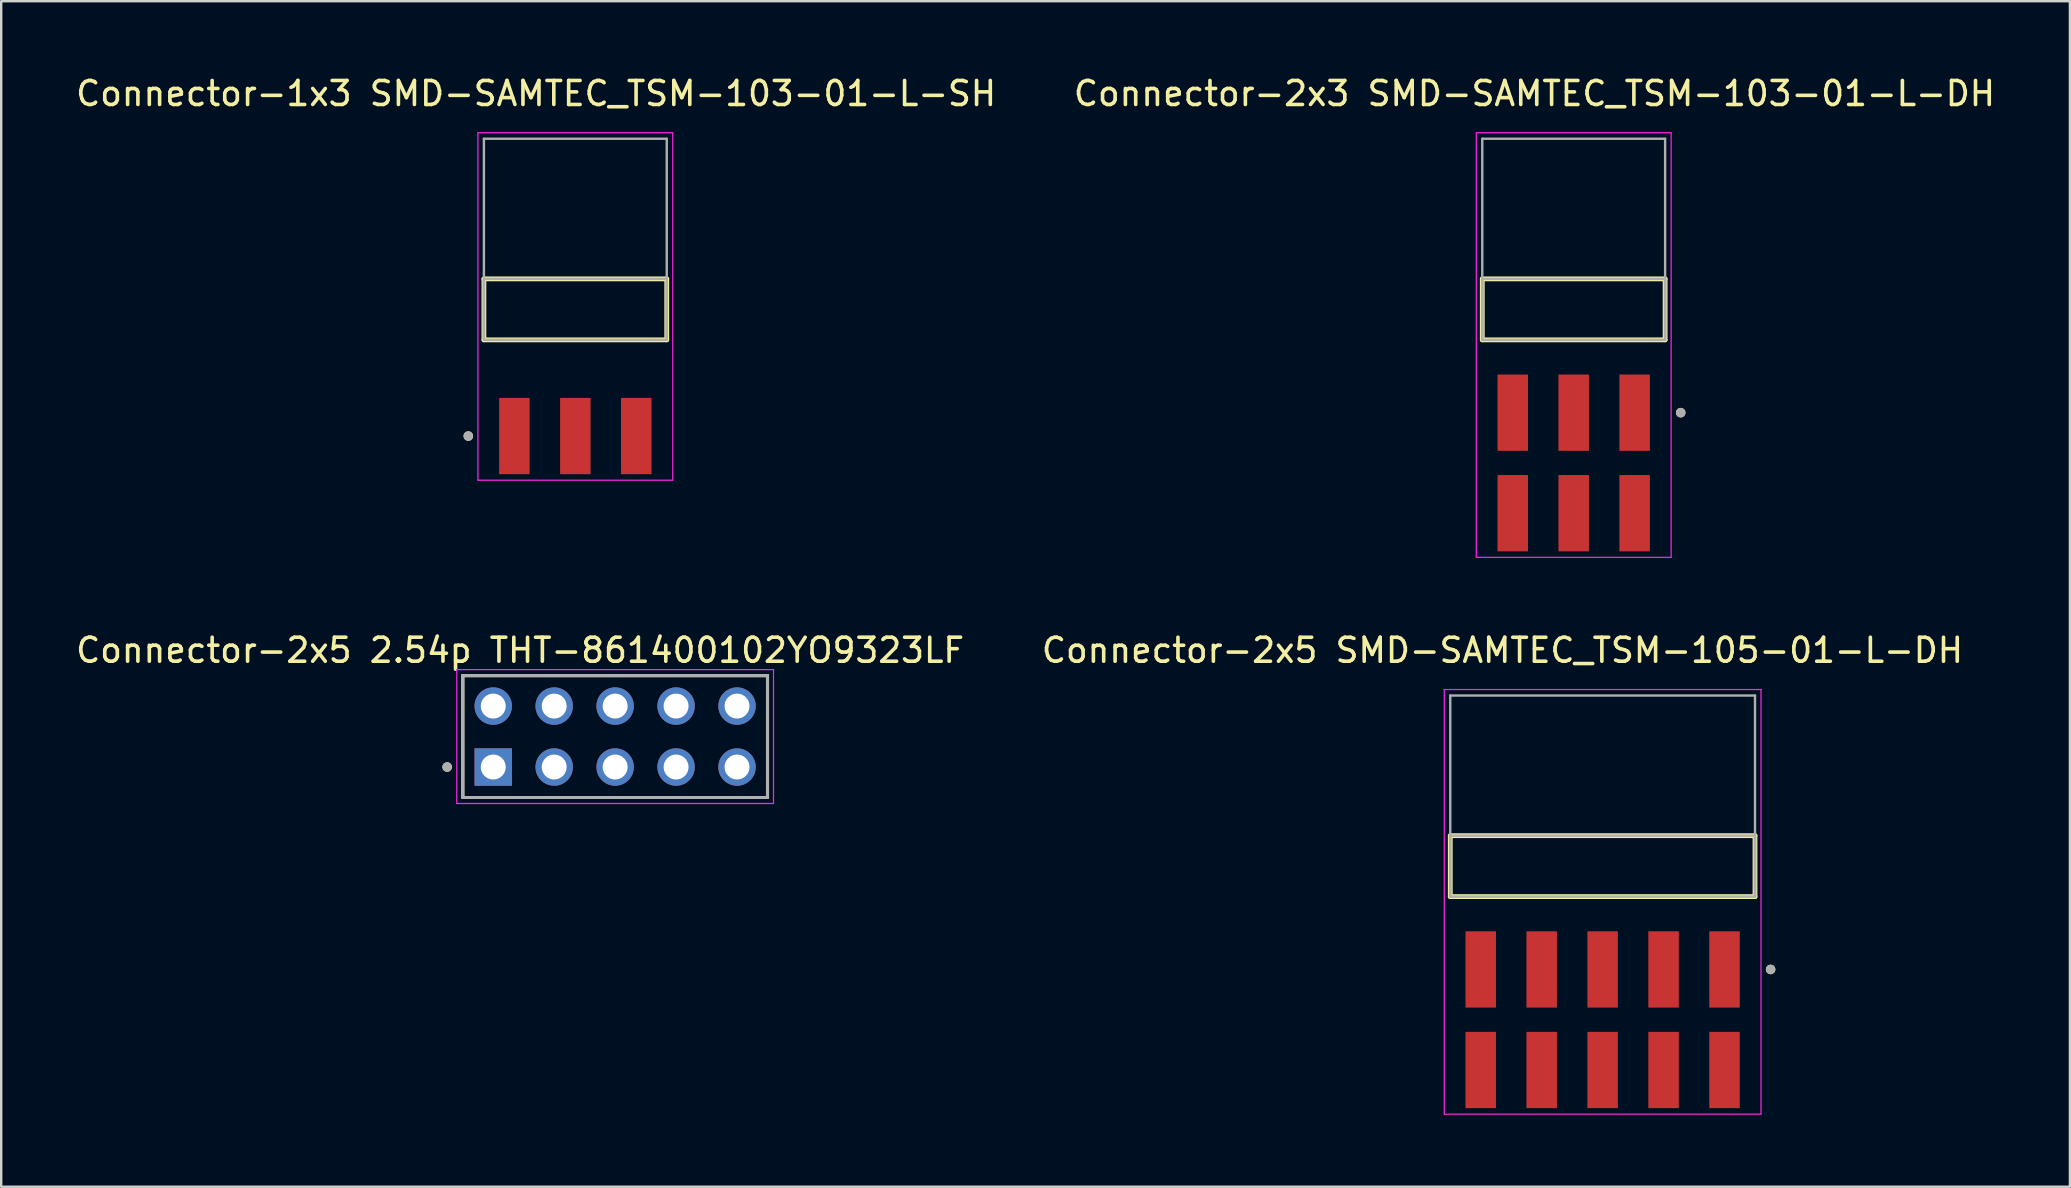
<source format=kicad_pcb>
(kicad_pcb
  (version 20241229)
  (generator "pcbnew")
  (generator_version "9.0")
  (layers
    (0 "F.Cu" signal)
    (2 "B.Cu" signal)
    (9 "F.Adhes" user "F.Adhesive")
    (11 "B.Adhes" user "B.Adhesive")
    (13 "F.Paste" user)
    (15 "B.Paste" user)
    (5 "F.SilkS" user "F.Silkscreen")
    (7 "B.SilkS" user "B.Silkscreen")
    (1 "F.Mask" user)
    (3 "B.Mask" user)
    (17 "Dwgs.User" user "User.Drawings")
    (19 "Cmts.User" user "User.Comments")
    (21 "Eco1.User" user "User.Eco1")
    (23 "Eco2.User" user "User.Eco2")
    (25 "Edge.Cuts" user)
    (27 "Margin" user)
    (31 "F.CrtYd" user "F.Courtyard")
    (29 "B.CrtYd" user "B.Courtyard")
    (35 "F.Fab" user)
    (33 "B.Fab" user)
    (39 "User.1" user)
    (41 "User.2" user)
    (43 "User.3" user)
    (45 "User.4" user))
  (footprint "Connector-1x3 SMD-SAMTEC_TSM-103-01-L-SH"
    (layer "F.Cu")
    (at 20.927 9.843)
    (property "Reference" "Connector-1x3 SMD-SAMTEC_TSM-103-01-L-SH" (at -1.635 -8.995 0) (layer "F.SilkS") (effects (font (size 1 1) (thickness 0.15))))
    (attr smd)
    (fp_line (start -3.81 1.27) (end -3.81 -1.27) (stroke (width 0.2) (type solid)) (layer "F.SilkS"))
    (fp_line (start 3.81 -1.27) (end -3.81 -1.27) (stroke (width 0.2) (type solid)) (layer "F.SilkS"))
    (fp_line (start 3.81 -1.27) (end 3.81 1.27) (stroke (width 0.2) (type solid)) (layer "F.SilkS"))
    (fp_line (start 3.81 1.27) (end -3.81 1.27) (stroke (width 0.2) (type solid)) (layer "F.SilkS"))
    (fp_circle (center -4.46 5.28) (end -4.36 5.28) (stroke (width 0.2) (type solid)) (fill no) (layer "F.SilkS"))
    (fp_line (start -4.06 -7.36) (end 4.06 -7.36) (stroke (width 0.05) (type solid)) (layer "F.CrtYd"))
    (fp_line (start -4.06 7.12) (end -4.06 -7.36) (stroke (width 0.05) (type solid)) (layer "F.CrtYd"))
    (fp_line (start 4.06 -7.36) (end 4.06 7.12) (stroke (width 0.05) (type solid)) (layer "F.CrtYd"))
    (fp_line (start 4.06 7.12) (end -4.06 7.12) (stroke (width 0.05) (type solid)) (layer "F.CrtYd"))
    (fp_line (start -3.81 -7.11) (end 3.81 -7.11) (stroke (width 0.1) (type solid)) (layer "F.Fab"))
    (fp_line (start -3.81 -1.27) (end 3.81 -1.27) (stroke (width 0.1) (type solid)) (layer "F.Fab"))
    (fp_line (start -3.81 1.27) (end -3.81 -7.11) (stroke (width 0.1) (type solid)) (layer "F.Fab"))
    (fp_line (start -3.81 1.27) (end -3.81 -1.27) (stroke (width 0.1) (type solid)) (layer "F.Fab"))
    (fp_line (start 3.81 -7.11) (end 3.81 1.27) (stroke (width 0.1) (type solid)) (layer "F.Fab"))
    (fp_line (start 3.81 -1.27) (end 3.81 1.27) (stroke (width 0.1) (type solid)) (layer "F.Fab"))
    (fp_line (start 3.81 1.27) (end -3.81 1.27) (stroke (width 0.1) (type solid)) (layer "F.Fab"))
    (fp_circle (center -4.46 5.28) (end -4.36 5.28) (stroke (width 0.2) (type solid)) (fill no) (layer "F.Fab"))
    (pad "01" smd rect (at -2.54 5.28) (size 1.27 3.18) (layers "F.Cu" "F.Mask" "F.Paste"))
    (pad "02" smd rect (at 0 5.28) (size 1.27 3.18) (layers "F.Cu" "F.Mask" "F.Paste"))
    (pad "03" smd rect (at 2.54 5.28) (size 1.27 3.18) (layers "F.Cu" "F.Mask" "F.Paste")))
  (footprint "Connector-2x3 SMD-SAMTEC_TSM-103-01-L-DH"
    (layer "F.Cu")
    (at 62.534 9.843)
    (property "Reference" "Connector-2x3 SMD-SAMTEC_TSM-103-01-L-DH" (at -1.635 -8.995 0) (layer "F.SilkS") (effects (font (size 1 1) (thickness 0.15))))
    (attr smd)
    (fp_line (start -3.81 1.27) (end -3.81 -1.27) (stroke (width 0.2) (type solid)) (layer "F.SilkS"))
    (fp_line (start 3.81 -1.27) (end -3.81 -1.27) (stroke (width 0.2) (type solid)) (layer "F.SilkS"))
    (fp_line (start 3.81 -1.27) (end 3.81 1.27) (stroke (width 0.2) (type solid)) (layer "F.SilkS"))
    (fp_line (start 3.81 1.27) (end -3.81 1.27) (stroke (width 0.2) (type solid)) (layer "F.SilkS"))
    (fp_circle (center 4.46 4.305) (end 4.56 4.305) (stroke (width 0.2) (type solid)) (fill no) (layer "F.SilkS"))
    (fp_line (start -4.06 -7.36) (end 4.06 -7.36) (stroke (width 0.05) (type solid)) (layer "F.CrtYd"))
    (fp_line (start -4.06 10.335) (end -4.06 -7.36) (stroke (width 0.05) (type solid)) (layer "F.CrtYd"))
    (fp_line (start 4.06 -7.36) (end 4.06 10.335) (stroke (width 0.05) (type solid)) (layer "F.CrtYd"))
    (fp_line (start 4.06 10.335) (end -4.06 10.335) (stroke (width 0.05) (type solid)) (layer "F.CrtYd"))
    (fp_line (start -3.81 -7.11) (end 3.81 -7.11) (stroke (width 0.1) (type solid)) (layer "F.Fab"))
    (fp_line (start -3.81 -1.27) (end 3.81 -1.27) (stroke (width 0.1) (type solid)) (layer "F.Fab"))
    (fp_line (start -3.81 1.27) (end -3.81 -7.11) (stroke (width 0.1) (type solid)) (layer "F.Fab"))
    (fp_line (start -3.81 1.27) (end -3.81 -1.27) (stroke (width 0.1) (type solid)) (layer "F.Fab"))
    (fp_line (start 3.81 -7.11) (end 3.81 1.27) (stroke (width 0.1) (type solid)) (layer "F.Fab"))
    (fp_line (start 3.81 -1.27) (end 3.81 1.27) (stroke (width 0.1) (type solid)) (layer "F.Fab"))
    (fp_line (start 3.81 1.27) (end -3.81 1.27) (stroke (width 0.1) (type solid)) (layer "F.Fab"))
    (fp_circle (center 4.46 4.305) (end 4.56 4.305) (stroke (width 0.2) (type solid)) (fill no) (layer "F.Fab"))
    (pad "01" smd rect (at 2.54 4.305) (size 1.27 3.18) (layers "F.Cu" "F.Mask" "F.Paste"))
    (pad "02" smd rect (at 2.54 8.495) (size 1.27 3.18) (layers "F.Cu" "F.Mask" "F.Paste"))
    (pad "03" smd rect (at 0 4.305) (size 1.27 3.18) (layers "F.Cu" "F.Mask" "F.Paste"))
    (pad "04" smd rect (at 0 8.495) (size 1.27 3.18) (layers "F.Cu" "F.Mask" "F.Paste"))
    (pad "05" smd rect (at -2.54 4.305) (size 1.27 3.18) (layers "F.Cu" "F.Mask" "F.Paste"))
    (pad "06" smd rect (at -2.54 8.495) (size 1.27 3.18) (layers "F.Cu" "F.Mask" "F.Paste")))
  (footprint "Connector-2x5 2.54p THT-861400102YO9323LF"
    (layer "F.Cu")
    (at 22.586 27.646)
    (property "Reference" "Connector-2x5 2.54p THT-861400102YO9323LF" (at -3.961 -3.595 0) (layer "F.SilkS") (effects (font (size 1 1) (thickness 0.15))))
    (attr through_hole)
    (fp_line (start -6.35 2.54) (end -6.35 -2.54) (stroke (width 0.127) (type solid)) (layer "F.SilkS"))
    (fp_line (start 6.35 -2.54) (end -6.35 -2.54) (stroke (width 0.127) (type solid)) (layer "F.SilkS"))
    (fp_line (start 6.35 -2.54) (end 6.35 2.54) (stroke (width 0.127) (type solid)) (layer "F.SilkS"))
    (fp_line (start 6.35 2.54) (end -6.35 2.54) (stroke (width 0.127) (type solid)) (layer "F.SilkS"))
    (fp_circle (center -7 1.27) (end -6.9 1.27) (stroke (width 0.2) (type solid)) (fill no) (layer "F.SilkS"))
    (fp_line (start -6.6 -2.79) (end 6.6 -2.79) (stroke (width 0.05) (type solid)) (layer "F.CrtYd"))
    (fp_line (start -6.6 2.79) (end -6.6 -2.79) (stroke (width 0.05) (type solid)) (layer "F.CrtYd"))
    (fp_line (start 6.6 -2.79) (end 6.6 2.79) (stroke (width 0.05) (type solid)) (layer "F.CrtYd"))
    (fp_line (start 6.6 2.79) (end -6.6 2.79) (stroke (width 0.05) (type solid)) (layer "F.CrtYd"))
    (fp_line (start -6.35 -2.54) (end 6.35 -2.54) (stroke (width 0.127) (type solid)) (layer "F.Fab"))
    (fp_line (start -6.35 -2.54) (end 6.35 -2.54) (stroke (width 0.127) (type solid)) (layer "F.Fab"))
    (fp_line (start -6.35 2.54) (end -6.35 -2.54) (stroke (width 0.127) (type solid)) (layer "F.Fab"))
    (fp_line (start -6.35 2.54) (end -6.35 -2.54) (stroke (width 0.127) (type solid)) (layer "F.Fab"))
    (fp_line (start 6.35 -2.54) (end 6.35 2.54) (stroke (width 0.127) (type solid)) (layer "F.Fab"))
    (fp_line (start 6.35 -2.54) (end 6.35 2.54) (stroke (width 0.127) (type solid)) (layer "F.Fab"))
    (fp_line (start 6.35 2.54) (end -6.35 2.54) (stroke (width 0.127) (type solid)) (layer "F.Fab"))
    (fp_circle (center -7 1.27) (end -6.9 1.27) (stroke (width 0.2) (type solid)) (fill no) (layer "F.Fab"))
    (pad "01" thru_hole rect (at -5.08 1.27) (size 1.56 1.56) (drill 1.04) (layers "*.Cu" "*.Mask"))
    (pad "02" thru_hole circle (at -5.08 -1.27) (size 1.56 1.56) (drill 1.04) (layers "*.Cu" "*.Mask"))
    (pad "03" thru_hole circle (at -2.54 1.27) (size 1.56 1.56) (drill 1.04) (layers "*.Cu" "*.Mask"))
    (pad "04" thru_hole circle (at -2.54 -1.27) (size 1.56 1.56) (drill 1.04) (layers "*.Cu" "*.Mask"))
    (pad "05" thru_hole circle (at 0 1.27) (size 1.56 1.56) (drill 1.04) (layers "*.Cu" "*.Mask"))
    (pad "06" thru_hole circle (at 0 -1.27) (size 1.56 1.56) (drill 1.04) (layers "*.Cu" "*.Mask"))
    (pad "07" thru_hole circle (at 2.54 1.27) (size 1.56 1.56) (drill 1.04) (layers "*.Cu" "*.Mask"))
    (pad "08" thru_hole circle (at 2.54 -1.27) (size 1.56 1.56) (drill 1.04) (layers "*.Cu" "*.Mask"))
    (pad "09" thru_hole circle (at 5.08 1.27) (size 1.56 1.56) (drill 1.04) (layers "*.Cu" "*.Mask"))
    (pad "10" thru_hole circle (at 5.08 -1.27) (size 1.56 1.56) (drill 1.04) (layers "*.Cu" "*.Mask")))
  (footprint "Connector-2x5 SMD-SAMTEC_TSM-105-01-L-DH"
    (layer "F.Cu")
    (at 63.74 33.047)
    (property "Reference" "Connector-2x5 SMD-SAMTEC_TSM-105-01-L-DH" (at -4.175 -8.995 0) (layer "F.SilkS") (effects (font (size 1 1) (thickness 0.15))))
    (attr smd)
    (fp_line (start -6.35 1.27) (end -6.35 -1.27) (stroke (width 0.2) (type solid)) (layer "F.SilkS"))
    (fp_line (start 6.35 -1.27) (end -6.35 -1.27) (stroke (width 0.2) (type solid)) (layer "F.SilkS"))
    (fp_line (start 6.35 -1.27) (end 6.35 1.27) (stroke (width 0.2) (type solid)) (layer "F.SilkS"))
    (fp_line (start 6.35 1.27) (end -6.35 1.27) (stroke (width 0.2) (type solid)) (layer "F.SilkS"))
    (fp_circle (center 7 4.305) (end 7.1 4.305) (stroke (width 0.2) (type solid)) (fill no) (layer "F.SilkS"))
    (fp_line (start -6.6 -7.36) (end 6.6 -7.36) (stroke (width 0.05) (type solid)) (layer "F.CrtYd"))
    (fp_line (start -6.6 10.335) (end -6.6 -7.36) (stroke (width 0.05) (type solid)) (layer "F.CrtYd"))
    (fp_line (start 6.6 -7.36) (end 6.6 10.335) (stroke (width 0.05) (type solid)) (layer "F.CrtYd"))
    (fp_line (start 6.6 10.335) (end -6.6 10.335) (stroke (width 0.05) (type solid)) (layer "F.CrtYd"))
    (fp_line (start -6.35 -7.11) (end 6.35 -7.11) (stroke (width 0.1) (type solid)) (layer "F.Fab"))
    (fp_line (start -6.35 -1.27) (end 6.35 -1.27) (stroke (width 0.1) (type solid)) (layer "F.Fab"))
    (fp_line (start -6.35 1.27) (end -6.35 -7.11) (stroke (width 0.1) (type solid)) (layer "F.Fab"))
    (fp_line (start -6.35 1.27) (end -6.35 -1.27) (stroke (width 0.1) (type solid)) (layer "F.Fab"))
    (fp_line (start 6.35 -7.11) (end 6.35 1.27) (stroke (width 0.1) (type solid)) (layer "F.Fab"))
    (fp_line (start 6.35 -1.27) (end 6.35 1.27) (stroke (width 0.1) (type solid)) (layer "F.Fab"))
    (fp_line (start 6.35 1.27) (end -6.35 1.27) (stroke (width 0.1) (type solid)) (layer "F.Fab"))
    (fp_circle (center 7 4.305) (end 7.1 4.305) (stroke (width 0.2) (type solid)) (fill no) (layer "F.Fab"))
    (pad "01" smd rect (at 5.08 4.305) (size 1.27 3.18) (layers "F.Cu" "F.Mask" "F.Paste"))
    (pad "02" smd rect (at 5.08 8.495) (size 1.27 3.18) (layers "F.Cu" "F.Mask" "F.Paste"))
    (pad "03" smd rect (at 2.54 4.305) (size 1.27 3.18) (layers "F.Cu" "F.Mask" "F.Paste"))
    (pad "04" smd rect (at 2.54 8.495) (size 1.27 3.18) (layers "F.Cu" "F.Mask" "F.Paste"))
    (pad "05" smd rect (at 0 4.305) (size 1.27 3.18) (layers "F.Cu" "F.Mask" "F.Paste"))
    (pad "06" smd rect (at 0 8.495) (size 1.27 3.18) (layers "F.Cu" "F.Mask" "F.Paste"))
    (pad "07" smd rect (at -2.54 4.305) (size 1.27 3.18) (layers "F.Cu" "F.Mask" "F.Paste"))
    (pad "08" smd rect (at -2.54 8.495) (size 1.27 3.18) (layers "F.Cu" "F.Mask" "F.Paste"))
    (pad "09" smd rect (at -5.08 4.305) (size 1.27 3.18) (layers "F.Cu" "F.Mask" "F.Paste"))
    (pad "10" smd rect (at -5.08 8.495) (size 1.27 3.18) (layers "F.Cu" "F.Mask" "F.Paste")))
  (gr_rect
    (start -3 -3)
    (end 83.214 46.407)
    (stroke (width 0.1) (type default))
    (fill no)
    (layer "Edge.Cuts")))
</source>
